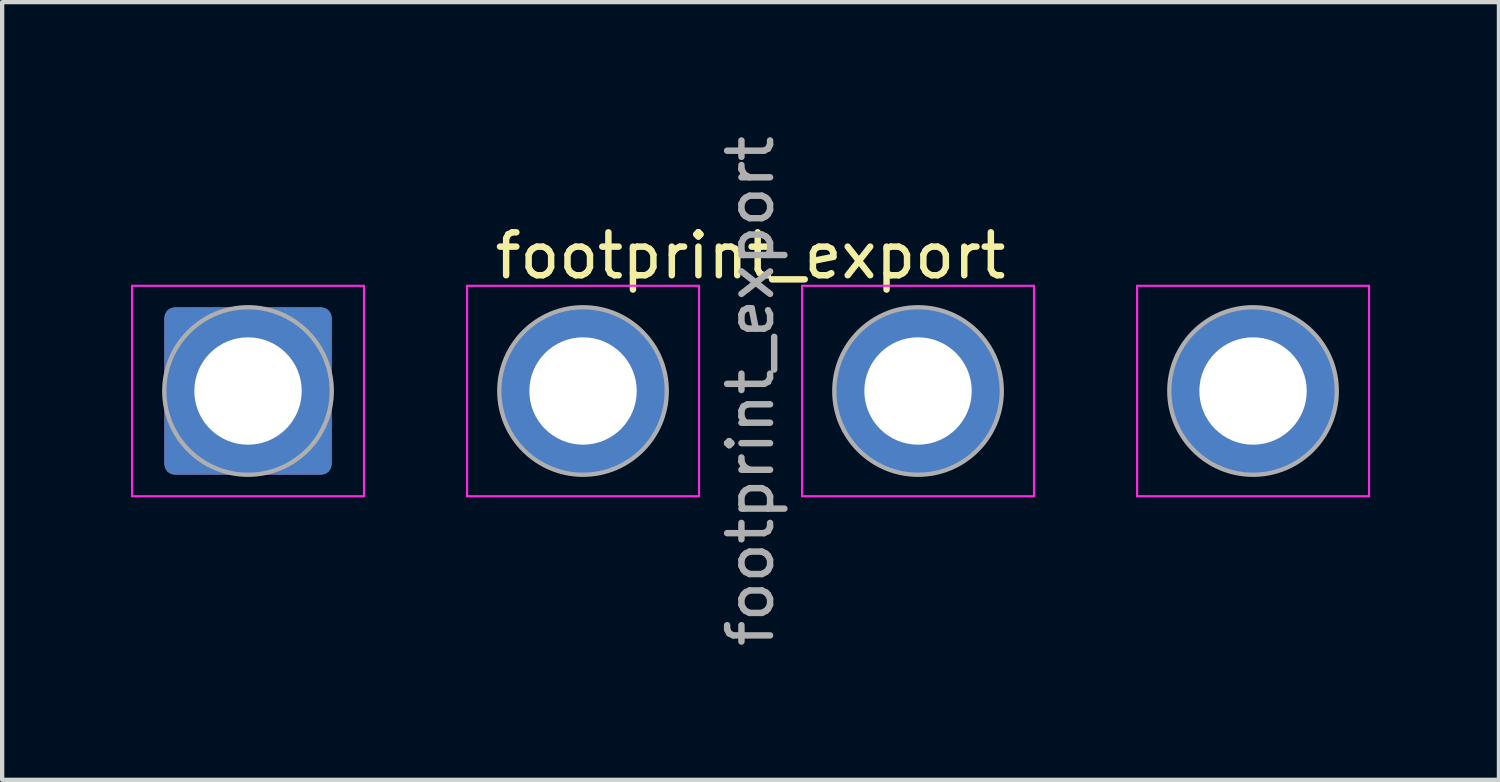
<source format=kicad_pcb>
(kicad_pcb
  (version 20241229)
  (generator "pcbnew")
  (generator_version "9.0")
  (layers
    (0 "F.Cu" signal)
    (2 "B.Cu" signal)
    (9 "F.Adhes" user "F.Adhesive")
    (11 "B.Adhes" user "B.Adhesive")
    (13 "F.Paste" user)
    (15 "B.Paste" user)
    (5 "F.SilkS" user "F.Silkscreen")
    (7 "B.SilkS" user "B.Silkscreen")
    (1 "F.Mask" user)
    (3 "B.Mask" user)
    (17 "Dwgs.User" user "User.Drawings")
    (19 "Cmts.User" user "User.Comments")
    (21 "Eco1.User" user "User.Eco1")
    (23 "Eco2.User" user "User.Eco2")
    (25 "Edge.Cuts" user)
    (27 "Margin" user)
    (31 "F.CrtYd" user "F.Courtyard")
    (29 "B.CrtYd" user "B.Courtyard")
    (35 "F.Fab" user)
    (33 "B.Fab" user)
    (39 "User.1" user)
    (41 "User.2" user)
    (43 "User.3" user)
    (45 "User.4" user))
  (footprint "footprint_export"
    (layer "F.Cu")
    (at 2.725 6.054)
    (property "Reference" "footprint_export" (at 11.7 -3.15 0) (layer "F.SilkS") (effects (font (size 1 1) (thickness 0.15))))
    (attr exclude_from_pos_files exclude_from_bom)
    (fp_line (start -2.7 -2.45) (end -2.7 2.45) (stroke (width 0.05) (type solid)) (layer "F.CrtYd"))
    (fp_line (start -2.7 2.45) (end 2.7 2.45) (stroke (width 0.05) (type solid)) (layer "F.CrtYd"))
    (fp_line (start 2.7 -2.45) (end -2.7 -2.45) (stroke (width 0.05) (type solid)) (layer "F.CrtYd"))
    (fp_line (start 2.7 2.45) (end 2.7 -2.45) (stroke (width 0.05) (type solid)) (layer "F.CrtYd"))
    (fp_line (start 5.1 -2.45) (end 5.1 2.45) (stroke (width 0.05) (type solid)) (layer "F.CrtYd"))
    (fp_line (start 5.1 2.45) (end 10.5 2.45) (stroke (width 0.05) (type solid)) (layer "F.CrtYd"))
    (fp_line (start 10.5 -2.45) (end 5.1 -2.45) (stroke (width 0.05) (type solid)) (layer "F.CrtYd"))
    (fp_line (start 10.5 2.45) (end 10.5 -2.45) (stroke (width 0.05) (type solid)) (layer "F.CrtYd"))
    (fp_line (start 12.9 -2.45) (end 12.9 2.45) (stroke (width 0.05) (type solid)) (layer "F.CrtYd"))
    (fp_line (start 12.9 2.45) (end 18.3 2.45) (stroke (width 0.05) (type solid)) (layer "F.CrtYd"))
    (fp_line (start 18.3 -2.45) (end 12.9 -2.45) (stroke (width 0.05) (type solid)) (layer "F.CrtYd"))
    (fp_line (start 18.3 2.45) (end 18.3 -2.45) (stroke (width 0.05) (type solid)) (layer "F.CrtYd"))
    (fp_line (start 20.7 -2.45) (end 20.7 2.45) (stroke (width 0.05) (type solid)) (layer "F.CrtYd"))
    (fp_line (start 20.7 2.45) (end 26.1 2.45) (stroke (width 0.05) (type solid)) (layer "F.CrtYd"))
    (fp_line (start 26.1 -2.45) (end 20.7 -2.45) (stroke (width 0.05) (type solid)) (layer "F.CrtYd"))
    (fp_line (start 26.1 2.45) (end 26.1 -2.45) (stroke (width 0.05) (type solid)) (layer "F.CrtYd"))
    (fp_circle (center 0 0) (end 1.95 0) (stroke (width 0.1) (type solid)) (fill no) (layer "F.Fab"))
    (fp_circle (center 7.8 0) (end 9.75 0) (stroke (width 0.1) (type solid)) (fill no) (layer "F.Fab"))
    (fp_circle (center 15.6 0) (end 17.55 0) (stroke (width 0.1) (type solid)) (fill no) (layer "F.Fab"))
    (fp_circle (center 23.4 0) (end 25.35 0) (stroke (width 0.1) (type solid)) (fill no) (layer "F.Fab"))
    (fp_text user "${REFERENCE}" (at 11.7 0 90) (layer "F.Fab") (effects (font (size 1 1) (thickness 0.15))))
    (pad "1" thru_hole roundrect (at 0 0) (size 3.9 3.9) (drill 2.5) (layers "*.Cu" "*.Mask") (roundrect_rratio 0.064))
    (pad "2" thru_hole circle (at 7.8 0) (size 3.9 3.9) (drill 2.5) (layers "*.Cu" "*.Mask"))
    (pad "3" thru_hole circle (at 15.6 0) (size 3.9 3.9) (drill 2.5) (layers "*.Cu" "*.Mask"))
    (pad "4" thru_hole circle (at 23.4 0) (size 3.9 3.9) (drill 2.5) (layers "*.Cu" "*.Mask")))
  (gr_rect
    (start -3 -3)
    (end 31.85 15.107)
    (stroke (width 0.1) (type default))
    (fill no)
    (layer "Edge.Cuts")))
</source>
